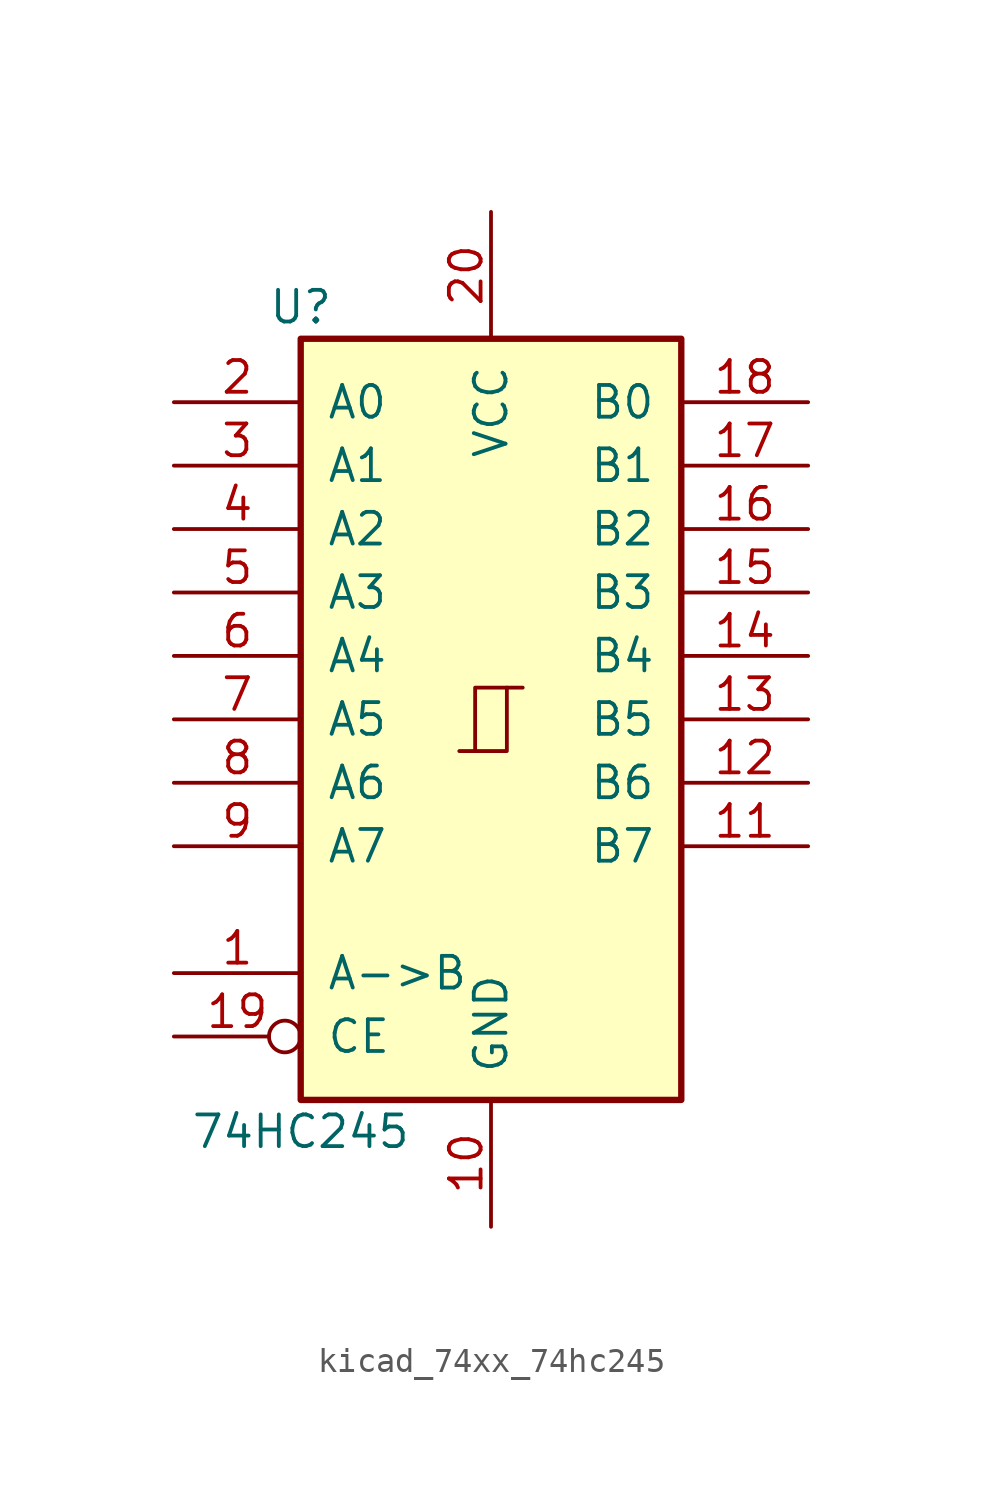
<source format=kicad_sym>
(kicad_symbol_lib
  (version 20220914)
  (generator kicad_symbol_editor)
  (symbol "kicad_74xx_74hc245"
    (pin_names
      (offset 1.016))
    (property "Reference" "U"
      (at -7.62 16.51 0)
      (effects (font (size 1.27 1.27))))
    (property "Value" "74HC245"
      (at -7.62 -16.51 0)
      (effects (font (size 1.27 1.27))))
    (property "ki_locked" ""
      (at 0 0 0)
      (effects (font (size 1.27 1.27))))
    (symbol "kicad_74xx_74hc245_1_0"
      (polyline (pts (xy -0.635 -1.27) (xy -0.635 1.27) (xy 0.635 1.27)) (stroke (width 0) (type default)) (fill (type none)))
      (polyline (pts (xy -1.27 -1.27) (xy 0.635 -1.27) (xy 0.635 1.27) (xy 1.27 1.27)) (stroke (width 0) (type default)) (fill (type none)))
      (pin input line (at -12.7 -10.16 0) (length 5.08) (name "A->B" (effects (font (size 1.27 1.27)))) (number "1" (effects (font (size 1.27 1.27)))))
      (pin power_in line (at 0 -20.32 90) (length 5.08) (name "GND" (effects (font (size 1.27 1.27)))) (number "10" (effects (font (size 1.27 1.27)))))
      (pin tri_state line (at 12.7 -5.08 180) (length 5.08) (name "B7" (effects (font (size 1.27 1.27)))) (number "11" (effects (font (size 1.27 1.27)))))
      (pin tri_state line (at 12.7 -2.54 180) (length 5.08) (name "B6" (effects (font (size 1.27 1.27)))) (number "12" (effects (font (size 1.27 1.27)))))
      (pin tri_state line (at 12.7 0 180) (length 5.08) (name "B5" (effects (font (size 1.27 1.27)))) (number "13" (effects (font (size 1.27 1.27)))))
      (pin tri_state line (at 12.7 2.54 180) (length 5.08) (name "B4" (effects (font (size 1.27 1.27)))) (number "14" (effects (font (size 1.27 1.27)))))
      (pin tri_state line (at 12.7 5.08 180) (length 5.08) (name "B3" (effects (font (size 1.27 1.27)))) (number "15" (effects (font (size 1.27 1.27)))))
      (pin tri_state line (at 12.7 7.62 180) (length 5.08) (name "B2" (effects (font (size 1.27 1.27)))) (number "16" (effects (font (size 1.27 1.27)))))
      (pin tri_state line (at 12.7 10.16 180) (length 5.08) (name "B1" (effects (font (size 1.27 1.27)))) (number "17" (effects (font (size 1.27 1.27)))))
      (pin tri_state line (at 12.7 12.7 180) (length 5.08) (name "B0" (effects (font (size 1.27 1.27)))) (number "18" (effects (font (size 1.27 1.27)))))
      (pin input inverted (at -12.7 -12.7 0) (length 5.08) (name "CE" (effects (font (size 1.27 1.27)))) (number "19" (effects (font (size 1.27 1.27)))))
      (pin tri_state line (at -12.7 12.7 0) (length 5.08) (name "A0" (effects (font (size 1.27 1.27)))) (number "2" (effects (font (size 1.27 1.27)))))
      (pin power_in line (at 0 20.32 270) (length 5.08) (name "VCC" (effects (font (size 1.27 1.27)))) (number "20" (effects (font (size 1.27 1.27)))))
      (pin tri_state line (at -12.7 10.16 0) (length 5.08) (name "A1" (effects (font (size 1.27 1.27)))) (number "3" (effects (font (size 1.27 1.27)))))
      (pin tri_state line (at -12.7 7.62 0) (length 5.08) (name "A2" (effects (font (size 1.27 1.27)))) (number "4" (effects (font (size 1.27 1.27)))))
      (pin tri_state line (at -12.7 5.08 0) (length 5.08) (name "A3" (effects (font (size 1.27 1.27)))) (number "5" (effects (font (size 1.27 1.27)))))
      (pin tri_state line (at -12.7 2.54 0) (length 5.08) (name "A4" (effects (font (size 1.27 1.27)))) (number "6" (effects (font (size 1.27 1.27)))))
      (pin tri_state line (at -12.7 0 0) (length 5.08) (name "A5" (effects (font (size 1.27 1.27)))) (number "7" (effects (font (size 1.27 1.27)))))
      (pin tri_state line (at -12.7 -2.54 0) (length 5.08) (name "A6" (effects (font (size 1.27 1.27)))) (number "8" (effects (font (size 1.27 1.27)))))
      (pin tri_state line (at -12.7 -5.08 0) (length 5.08) (name "A7" (effects (font (size 1.27 1.27)))) (number "9" (effects (font (size 1.27 1.27))))))
    (symbol "kicad_74xx_74hc245_1_1"
      (rectangle (start -7.62 15.24) (end 7.62 -15.24) (stroke (width 0.254) (type default)) (fill (type background))))))
</source>
